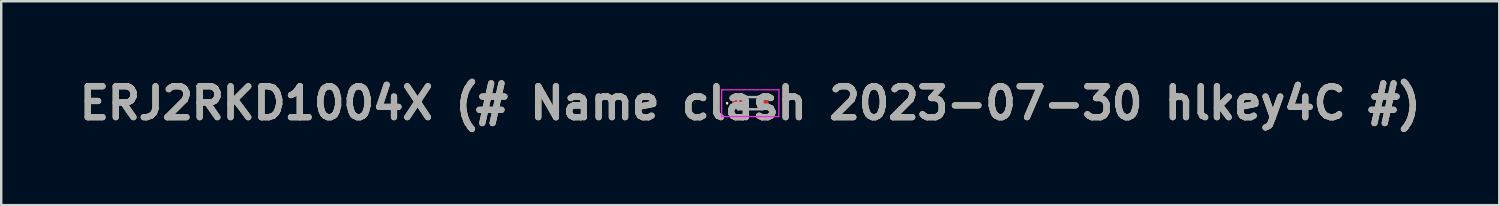
<source format=kicad_pcb>
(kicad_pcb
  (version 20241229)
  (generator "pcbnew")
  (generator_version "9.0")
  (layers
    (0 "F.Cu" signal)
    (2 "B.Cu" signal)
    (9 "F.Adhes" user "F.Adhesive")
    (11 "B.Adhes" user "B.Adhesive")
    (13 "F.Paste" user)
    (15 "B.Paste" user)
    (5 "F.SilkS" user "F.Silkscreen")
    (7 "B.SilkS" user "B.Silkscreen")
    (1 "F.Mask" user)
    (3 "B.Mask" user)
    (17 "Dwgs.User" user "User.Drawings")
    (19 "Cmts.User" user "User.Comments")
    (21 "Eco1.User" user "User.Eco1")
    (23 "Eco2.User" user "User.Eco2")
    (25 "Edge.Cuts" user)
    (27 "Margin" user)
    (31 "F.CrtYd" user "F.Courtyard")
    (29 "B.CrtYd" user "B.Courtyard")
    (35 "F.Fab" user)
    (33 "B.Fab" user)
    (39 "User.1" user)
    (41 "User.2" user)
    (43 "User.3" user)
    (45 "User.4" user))
  (footprint "ERJ2RKD1004X (# Name clash 2023-07-30 hlkey4C #)"
    (layer "F.Cu")
    (at 27.771 1.189)
    (property "Reference" "ERJ2RKD1004X (# Name clash 2023-07-30 hlkey4C #)" (at 0 0 0) (layer "F.SilkS") (effects (font (size 1.27 1.27) (thickness 0.254))))
    (attr smd)
    (fp_line (start -0.95 -0.025) (end -0.95 -0.025) (stroke (width 0.05) (type solid)) (layer "F.SilkS"))
    (fp_line (start -0.95 0.025) (end -0.95 0.025) (stroke (width 0.05) (type solid)) (layer "F.SilkS"))
    (fp_arc (start -0.95 -0.025) (mid -0.925 0) (end -0.95 0.025) (stroke (width 0.05) (type solid)) (layer "F.SilkS"))
    (fp_arc (start -0.95 0.025) (mid -0.975 0) (end -0.95 -0.025) (stroke (width 0.05) (type solid)) (layer "F.SilkS"))
    (fp_line (start -1.175 -0.55) (end 1.175 -0.55) (stroke (width 0.05) (type solid)) (layer "F.CrtYd"))
    (fp_line (start -1.175 0.55) (end -1.175 -0.55) (stroke (width 0.05) (type solid)) (layer "F.CrtYd"))
    (fp_line (start 1.175 -0.55) (end 1.175 0.55) (stroke (width 0.05) (type solid)) (layer "F.CrtYd"))
    (fp_line (start 1.175 0.55) (end -1.175 0.55) (stroke (width 0.05) (type solid)) (layer "F.CrtYd"))
    (fp_line (start -0.5 -0.25) (end 0.5 -0.25) (stroke (width 0.1) (type solid)) (layer "F.Fab"))
    (fp_line (start -0.5 0.25) (end -0.5 -0.25) (stroke (width 0.1) (type solid)) (layer "F.Fab"))
    (fp_line (start 0.5 -0.25) (end 0.5 0.25) (stroke (width 0.1) (type solid)) (layer "F.Fab"))
    (fp_line (start 0.5 0.25) (end -0.5 0.25) (stroke (width 0.1) (type solid)) (layer "F.Fab"))
    (fp_text user "${REFERENCE}" (at 0 0 0) (layer "F.Fab") (effects (font (size 1.27 1.27) (thickness 0.254))))
    (pad "1" smd rect (at -0.512 0) (size 0.475 0.5) (layers "F.Cu" "F.Mask" "F.Paste"))
    (pad "2" smd rect (at 0.512 0) (size 0.475 0.5) (layers "F.Cu" "F.Mask" "F.Paste")))
  (gr_rect
    (start -3 -3)
    (end 58.541 5.377)
    (stroke (width 0.1) (type default))
    (fill no)
    (layer "Edge.Cuts")))
</source>
